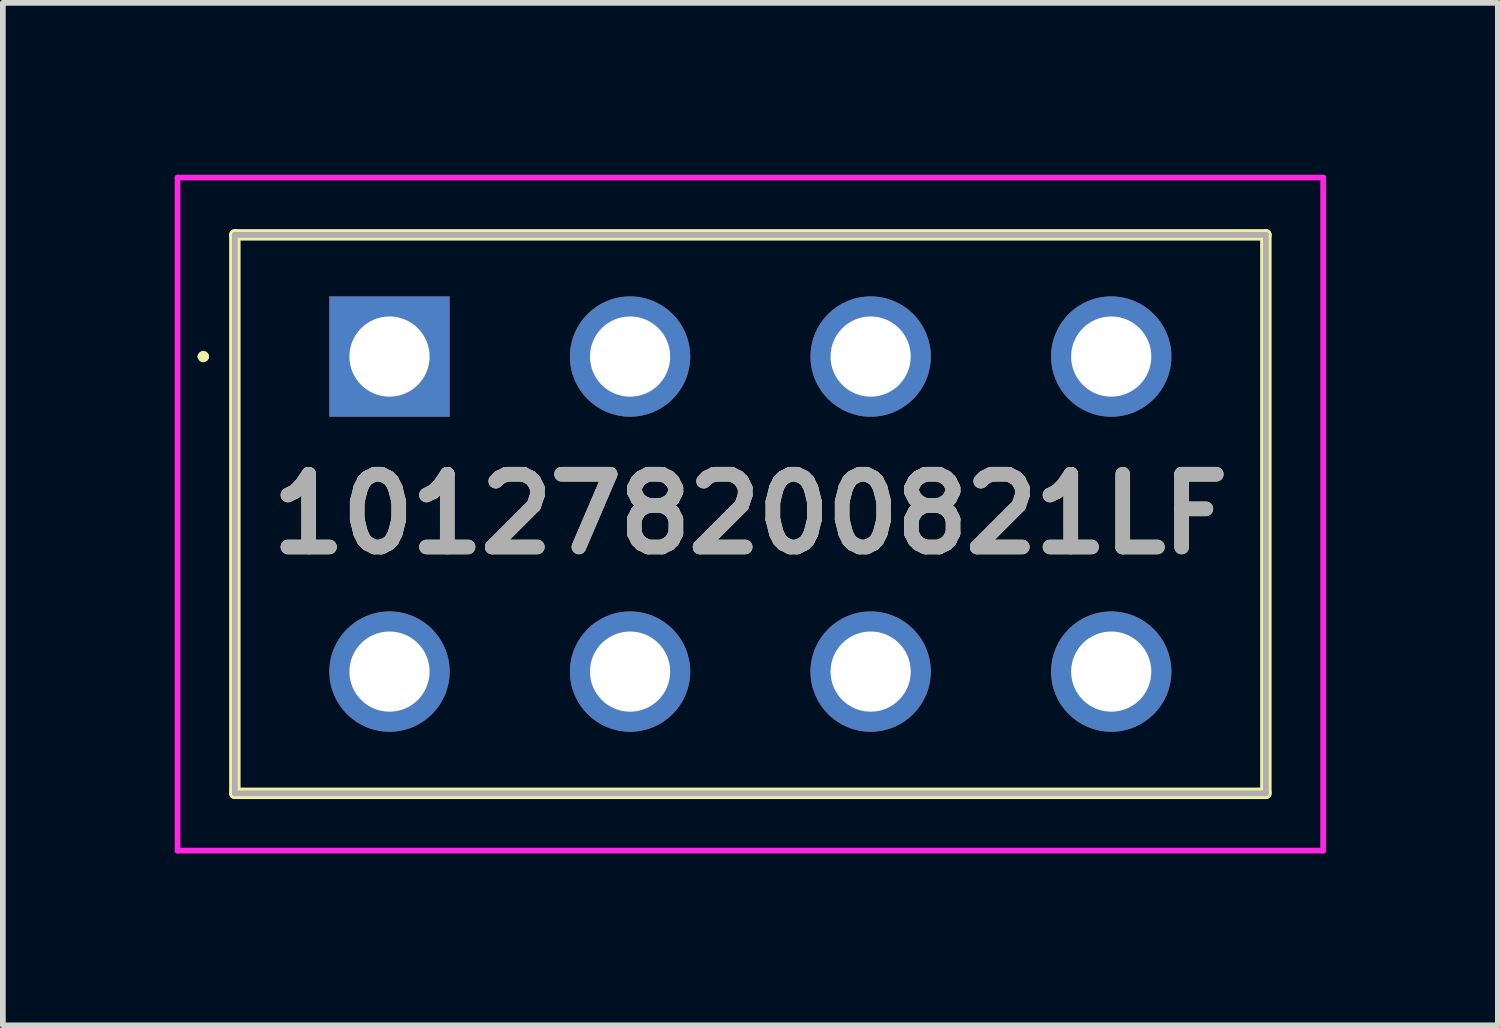
<source format=kicad_pcb>
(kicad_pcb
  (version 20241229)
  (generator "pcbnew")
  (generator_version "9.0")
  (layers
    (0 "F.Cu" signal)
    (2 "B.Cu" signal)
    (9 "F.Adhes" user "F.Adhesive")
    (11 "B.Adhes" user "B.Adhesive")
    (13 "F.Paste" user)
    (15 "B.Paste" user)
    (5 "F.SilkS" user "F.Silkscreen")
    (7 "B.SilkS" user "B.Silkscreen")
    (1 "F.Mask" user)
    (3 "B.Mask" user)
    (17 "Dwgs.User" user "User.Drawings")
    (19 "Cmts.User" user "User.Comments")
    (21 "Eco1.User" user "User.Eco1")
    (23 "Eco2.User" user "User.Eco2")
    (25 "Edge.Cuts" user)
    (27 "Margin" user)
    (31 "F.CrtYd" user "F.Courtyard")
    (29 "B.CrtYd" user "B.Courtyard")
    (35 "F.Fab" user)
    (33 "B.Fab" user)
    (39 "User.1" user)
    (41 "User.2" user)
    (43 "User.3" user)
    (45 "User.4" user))
  (footprint "101278200821LF"
    (layer "F.Cu")
    (at 3.75 3.175)
    (property "Reference" "101278200821LF" (at 6.3 2.75 0) (layer "F.SilkS") (effects (font (size 1.27 1.27) (thickness 0.254))))
    (attr through_hole)
    (fp_line (start -3.3 0) (end -3.3 0) (stroke (width 0.1) (type solid)) (layer "F.SilkS"))
    (fp_line (start -3.2 0) (end -3.2 0) (stroke (width 0.1) (type solid)) (layer "F.SilkS"))
    (fp_line (start -2.7 -2.125) (end 15.3 -2.125) (stroke (width 0.2) (type solid)) (layer "F.SilkS"))
    (fp_line (start -2.7 7.625) (end -2.7 -2.125) (stroke (width 0.2) (type solid)) (layer "F.SilkS"))
    (fp_line (start 15.3 -2.125) (end 15.3 7.625) (stroke (width 0.2) (type solid)) (layer "F.SilkS"))
    (fp_line (start 15.3 7.625) (end -2.7 7.625) (stroke (width 0.2) (type solid)) (layer "F.SilkS"))
    (fp_arc (start -3.3 0) (mid -3.25 -0.05) (end -3.2 0) (stroke (width 0.1) (type solid)) (layer "F.SilkS"))
    (fp_arc (start -3.2 0) (mid -3.25 0.05) (end -3.3 0) (stroke (width 0.1) (type solid)) (layer "F.SilkS"))
    (fp_line (start -3.7 -3.125) (end 16.3 -3.125) (stroke (width 0.1) (type solid)) (layer "F.CrtYd"))
    (fp_line (start -3.7 8.625) (end -3.7 -3.125) (stroke (width 0.1) (type solid)) (layer "F.CrtYd"))
    (fp_line (start 16.3 -3.125) (end 16.3 8.625) (stroke (width 0.1) (type solid)) (layer "F.CrtYd"))
    (fp_line (start 16.3 8.625) (end -3.7 8.625) (stroke (width 0.1) (type solid)) (layer "F.CrtYd"))
    (fp_line (start -2.7 -2.125) (end 15.3 -2.125) (stroke (width 0.1) (type solid)) (layer "F.Fab"))
    (fp_line (start -2.7 7.625) (end -2.7 -2.125) (stroke (width 0.1) (type solid)) (layer "F.Fab"))
    (fp_line (start 15.3 -2.125) (end 15.3 7.625) (stroke (width 0.1) (type solid)) (layer "F.Fab"))
    (fp_line (start 15.3 7.625) (end -2.7 7.625) (stroke (width 0.1) (type solid)) (layer "F.Fab"))
    (fp_text user "${REFERENCE}" (at 6.3 2.75 0) (layer "F.Fab") (effects (font (size 1.27 1.27) (thickness 0.254))))
    (pad "1" thru_hole rect (at 0 0) (size 2.1 2.1) (drill 1.4) (layers "*.Cu" "*.Mask"))
    (pad "2" thru_hole circle (at 4.2 0) (size 2.1 2.1) (drill 1.4) (layers "*.Cu" "*.Mask"))
    (pad "3" thru_hole circle (at 8.4 0) (size 2.1 2.1) (drill 1.4) (layers "*.Cu" "*.Mask"))
    (pad "4" thru_hole circle (at 12.6 0) (size 2.1 2.1) (drill 1.4) (layers "*.Cu" "*.Mask"))
    (pad "5" thru_hole circle (at 0 5.5) (size 2.1 2.1) (drill 1.4) (layers "*.Cu" "*.Mask"))
    (pad "6" thru_hole circle (at 4.2 5.5) (size 2.1 2.1) (drill 1.4) (layers "*.Cu" "*.Mask"))
    (pad "7" thru_hole circle (at 8.4 5.5) (size 2.1 2.1) (drill 1.4) (layers "*.Cu" "*.Mask"))
    (pad "8" thru_hole circle (at 12.6 5.5) (size 2.1 2.1) (drill 1.4) (layers "*.Cu" "*.Mask")))
  (gr_rect
    (start -3 -3)
    (end 23.1 14.85)
    (stroke (width 0.1) (type default))
    (fill no)
    (layer "Edge.Cuts")))
</source>
